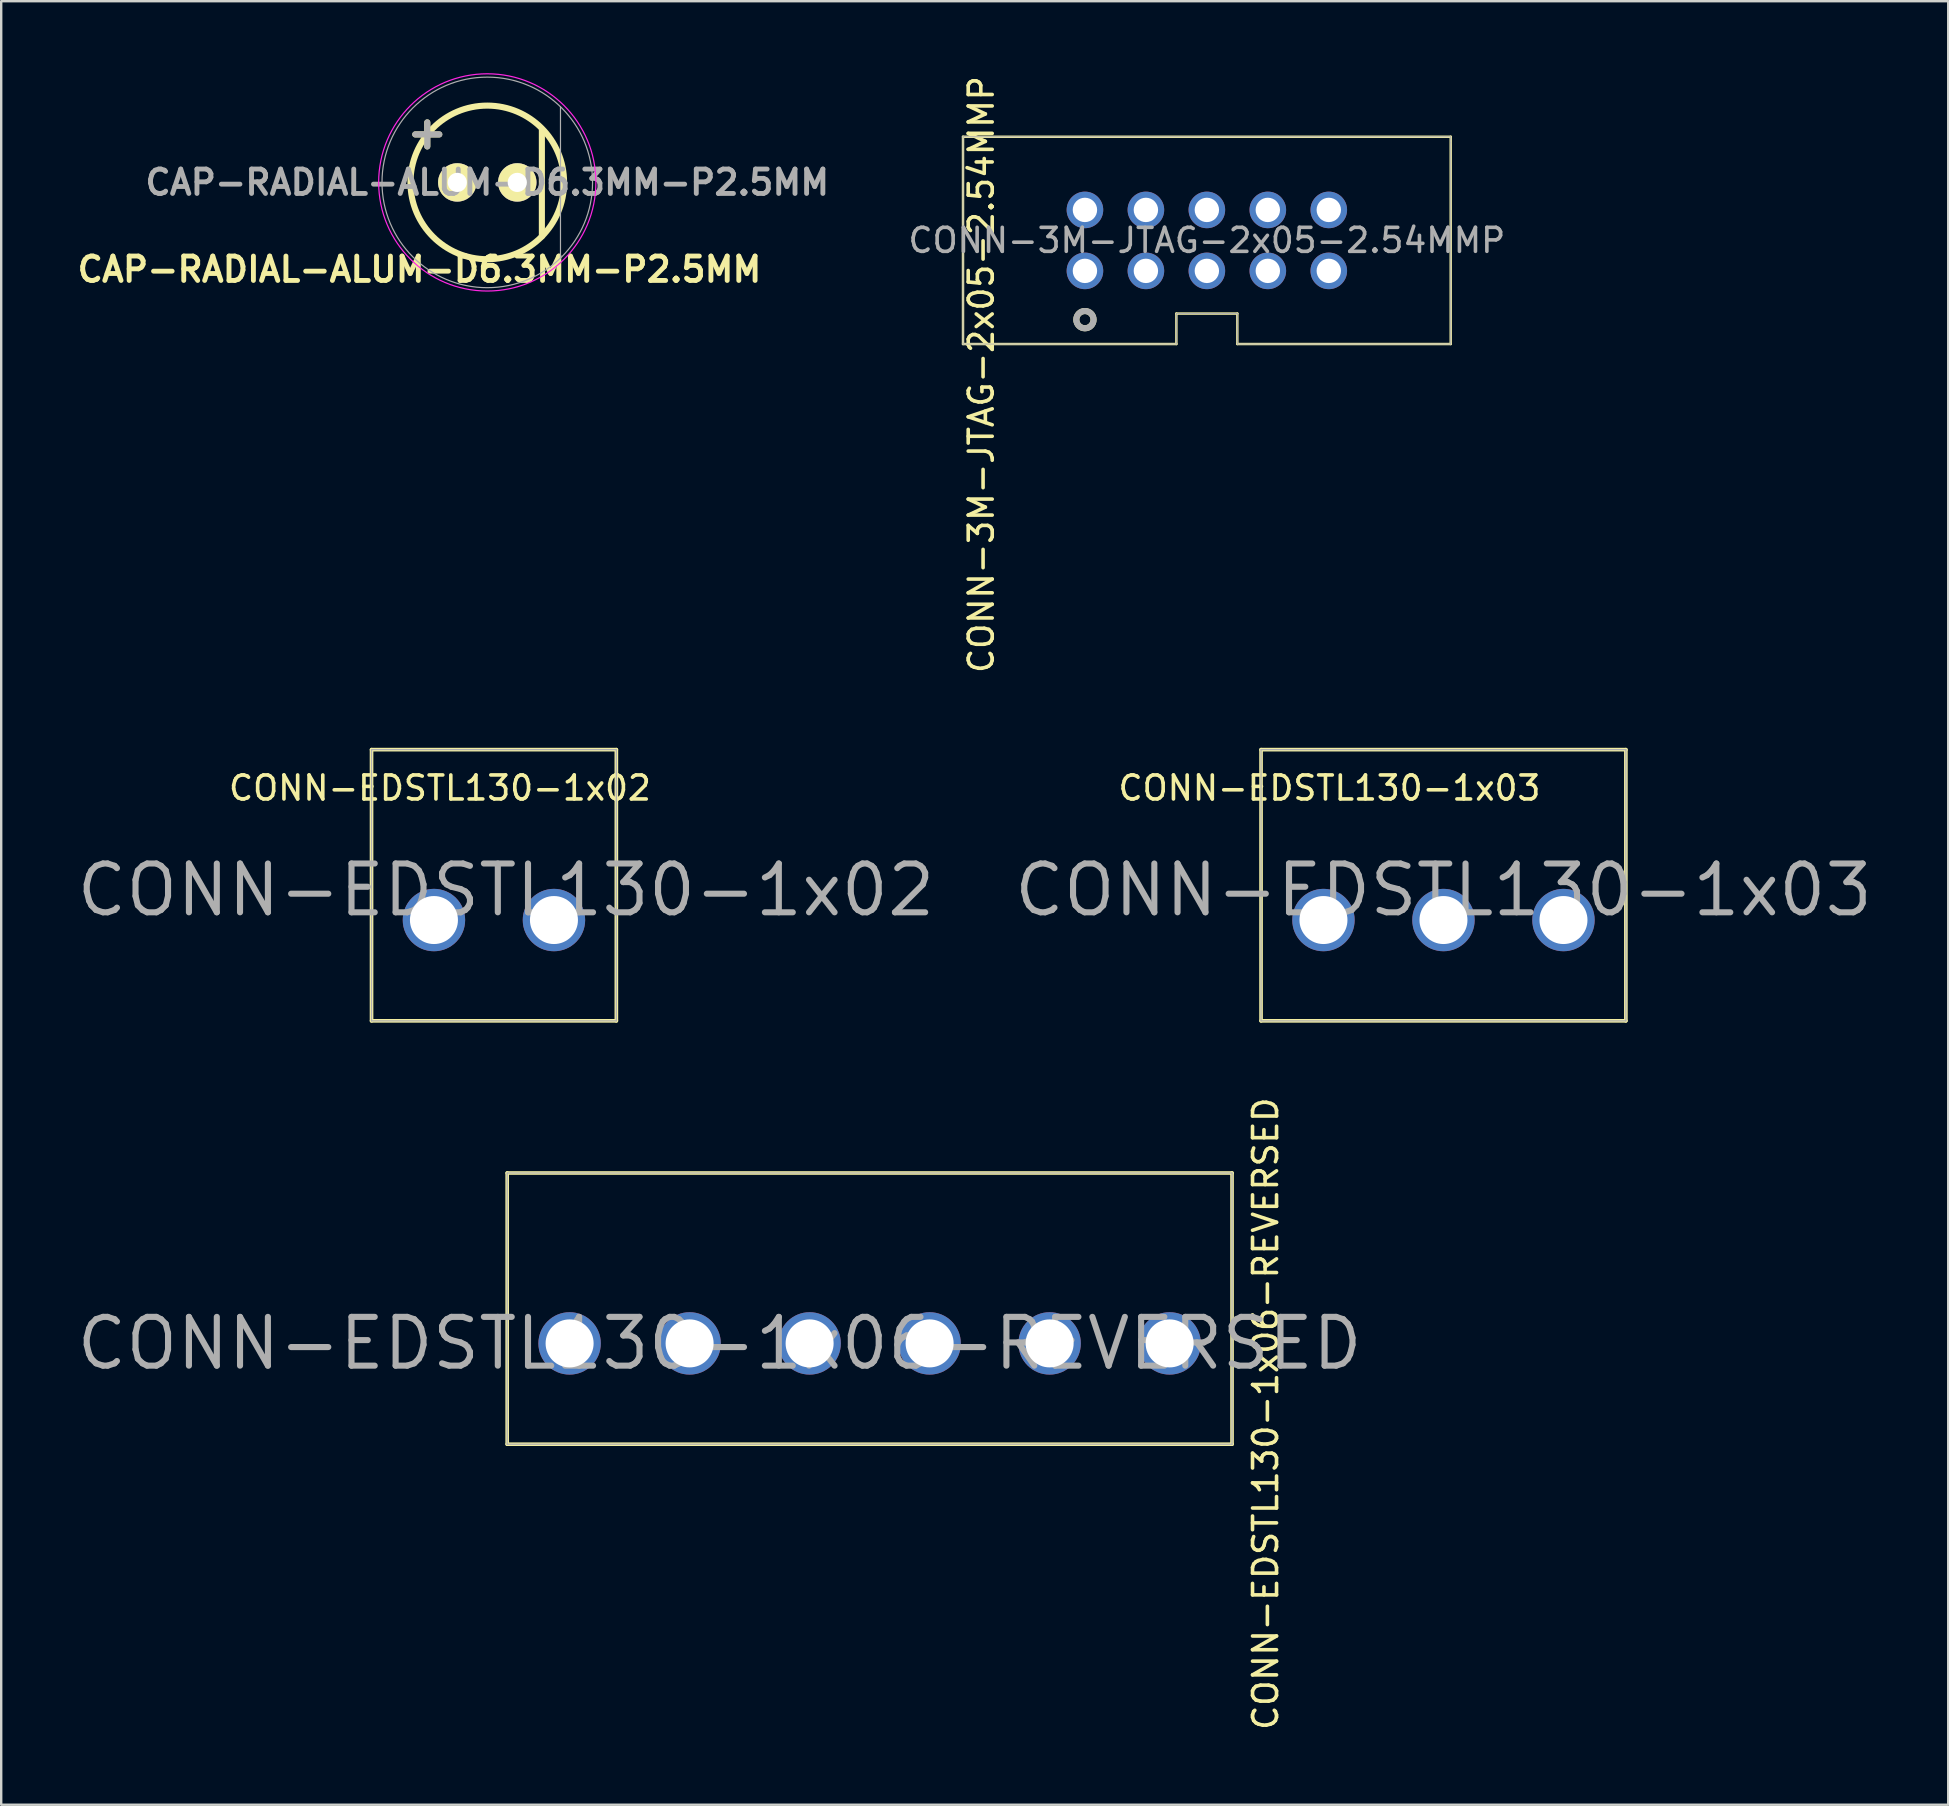
<source format=kicad_pcb>
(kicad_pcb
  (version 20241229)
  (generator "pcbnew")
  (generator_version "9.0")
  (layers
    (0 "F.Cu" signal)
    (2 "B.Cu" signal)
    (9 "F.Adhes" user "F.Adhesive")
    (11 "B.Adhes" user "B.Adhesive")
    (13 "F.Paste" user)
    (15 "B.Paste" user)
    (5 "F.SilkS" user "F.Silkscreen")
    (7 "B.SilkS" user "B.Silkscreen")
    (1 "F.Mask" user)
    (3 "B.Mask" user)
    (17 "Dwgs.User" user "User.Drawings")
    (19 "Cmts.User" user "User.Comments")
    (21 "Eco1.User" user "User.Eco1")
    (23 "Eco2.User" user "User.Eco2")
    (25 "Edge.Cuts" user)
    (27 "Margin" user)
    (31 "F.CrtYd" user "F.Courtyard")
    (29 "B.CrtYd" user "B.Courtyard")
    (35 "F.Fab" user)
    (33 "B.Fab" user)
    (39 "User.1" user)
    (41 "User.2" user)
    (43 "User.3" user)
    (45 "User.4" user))
  (footprint "CONN-EDSTL130-1x03"
    (layer "F.Cu")
    (at 52.091 35.283)
    (property "Reference" "CONN-EDSTL130-1x03" (at 5 -1.25 0) (layer "F.Fab") (effects (font (size 2.032 2.032) (thickness 0.254))))
    (attr through_hole)
    (fp_line (start -2.6 -7.1) (end -2.6 4.2) (stroke (width 0.152) (type solid)) (layer "F.SilkS"))
    (fp_line (start -2.6 4.2) (end 12.6 4.2) (stroke (width 0.152) (type solid)) (layer "F.SilkS"))
    (fp_line (start 12.6 -7.1) (end -2.6 -7.1) (stroke (width 0.152) (type solid)) (layer "F.SilkS"))
    (fp_line (start 12.6 -7.1) (end 12.6 4.2) (stroke (width 0.152) (type solid)) (layer "F.SilkS"))
    (fp_line (start -2.6 -7.1) (end -2.6 4.2) (stroke (width 0.051) (type solid)) (layer "F.Fab"))
    (fp_line (start -2.6 4.2) (end 12.6 4.2) (stroke (width 0.051) (type solid)) (layer "F.Fab"))
    (fp_line (start 12.6 -7.1) (end -2.6 -7.1) (stroke (width 0.051) (type solid)) (layer "F.Fab"))
    (fp_line (start 12.6 -7.1) (end 12.6 4.2) (stroke (width 0.051) (type solid)) (layer "F.Fab"))
    (fp_text user "${REFERENCE}" (at 0.25 -5.5 0) (layer "F.SilkS") (effects (font (size 1 1) (thickness 0.15))))
    (pad "1" thru_hole circle (at 0 0) (size 2.6 2.6) (drill 2) (layers "*.Cu" "*.Mask"))
    (pad "2" thru_hole circle (at 5 0) (size 2.6 2.6) (drill 2) (layers "*.Cu" "*.Mask"))
    (pad "3" thru_hole circle (at 10 0) (size 2.6 2.6) (drill 2) (layers "*.Cu" "*.Mask")))
  (footprint "CONN-EDSTL130-1x02"
    (layer "F.Cu")
    (at 15.03 35.283)
    (property "Reference" "CONN-EDSTL130-1x02" (at 3 -1.25 0) (layer "F.Fab") (effects (font (size 2.032 2.032) (thickness 0.254))))
    (attr through_hole)
    (fp_line (start -2.6 -7.1) (end -2.6 4.2) (stroke (width 0.152) (type solid)) (layer "F.SilkS"))
    (fp_line (start -2.6 4.2) (end 7.6 4.2) (stroke (width 0.152) (type solid)) (layer "F.SilkS"))
    (fp_line (start 7.6 -7.1) (end -2.6 -7.1) (stroke (width 0.152) (type solid)) (layer "F.SilkS"))
    (fp_line (start 7.6 -7.1) (end 7.6 4.2) (stroke (width 0.152) (type solid)) (layer "F.SilkS"))
    (fp_line (start -2.6 -7.1) (end -2.6 4.2) (stroke (width 0.051) (type solid)) (layer "F.Fab"))
    (fp_line (start -2.6 4.2) (end 7.6 4.2) (stroke (width 0.051) (type solid)) (layer "F.Fab"))
    (fp_line (start 7.6 -7.1) (end -2.6 -7.1) (stroke (width 0.051) (type solid)) (layer "F.Fab"))
    (fp_line (start 7.6 -7.1) (end 7.6 4.2) (stroke (width 0.051) (type solid)) (layer "F.Fab"))
    (fp_text user "${REFERENCE}" (at 0.25 -5.5 0) (layer "F.SilkS") (effects (font (size 1 1) (thickness 0.15))))
    (pad "1" thru_hole circle (at 0 0) (size 2.6 2.6) (drill 2) (layers "*.Cu" "*.Mask"))
    (pad "2" thru_hole circle (at 5 0) (size 2.6 2.6) (drill 2) (layers "*.Cu" "*.Mask")))
  (footprint "CONN-EDSTL130-1x06-REVERSED"
    (layer "F.Cu")
    (at 20.682 52.922)
    (property "Reference" "CONN-EDSTL130-1x06-REVERSED" (at 6.25 0 0) (layer "F.Fab") (effects (font (size 2.032 2.032) (thickness 0.254))))
    (attr through_hole)
    (fp_line (start -2.6 -7.1) (end -2.6 4.2) (stroke (width 0.152) (type solid)) (layer "F.SilkS"))
    (fp_line (start -2.6 4.2) (end 27.6 4.2) (stroke (width 0.152) (type solid)) (layer "F.SilkS"))
    (fp_line (start 27.6 -7.1) (end -2.6 -7.1) (stroke (width 0.152) (type solid)) (layer "F.SilkS"))
    (fp_line (start 27.6 -7.1) (end 27.6 4.2) (stroke (width 0.152) (type solid)) (layer "F.SilkS"))
    (fp_line (start -2.6 -7.1) (end -2.6 4.2) (stroke (width 0.051) (type solid)) (layer "F.Fab"))
    (fp_line (start -2.6 4.2) (end 27.6 4.2) (stroke (width 0.051) (type solid)) (layer "F.Fab"))
    (fp_line (start 27.6 -7.1) (end -2.6 -7.1) (stroke (width 0.051) (type solid)) (layer "F.Fab"))
    (fp_line (start 27.6 -7.1) (end 27.6 4.2) (stroke (width 0.051) (type solid)) (layer "F.Fab"))
    (fp_text user "${REFERENCE}" (at 28.999 2.929 270) (layer "F.SilkS") (effects (font (size 1 1) (thickness 0.15))))
    (pad "1" thru_hole circle (at 25 0) (size 2.6 2.6) (drill 2) (layers "*.Cu" "*.Mask"))
    (pad "2" thru_hole circle (at 20 0) (size 2.6 2.6) (drill 2) (layers "*.Cu" "*.Mask"))
    (pad "3" thru_hole circle (at 15 0) (size 2.6 2.6) (drill 2) (layers "*.Cu" "*.Mask"))
    (pad "4" thru_hole circle (at 10 0) (size 2.6 2.6) (drill 2) (layers "*.Cu" "*.Mask"))
    (pad "5" thru_hole circle (at 5 0) (size 2.6 2.6) (drill 2) (layers "*.Cu" "*.Mask"))
    (pad "6" thru_hole circle (at 0 0) (size 2.6 2.6) (drill 2) (layers "*.Cu" "*.Mask")))
  (footprint "CONN-3M-JTAG-2x05-2.54MMP"
    (layer "F.Cu")
    (at 47.233 6.966)
    (property "Reference" "CONN-3M-JTAG-2x05-2.54MMP" (at 0 0 0) (layer "F.Fab") (effects (font (size 1 1) (thickness 0.15))))
    (attr through_hole)
    (fp_line (start -10.16 4.318) (end -10.16 -4.318) (stroke (width 0.102) (type solid)) (layer "F.SilkS"))
    (fp_line (start -10.16 4.318) (end -1.27 4.318) (stroke (width 0.102) (type solid)) (layer "F.SilkS"))
    (fp_line (start -1.27 3.048) (end 1.27 3.048) (stroke (width 0.102) (type solid)) (layer "F.SilkS"))
    (fp_line (start -1.27 4.318) (end -1.27 3.048) (stroke (width 0.102) (type solid)) (layer "F.SilkS"))
    (fp_line (start 1.27 3.048) (end 1.27 4.318) (stroke (width 0.102) (type solid)) (layer "F.SilkS"))
    (fp_line (start 1.27 4.318) (end 10.16 4.318) (stroke (width 0.102) (type solid)) (layer "F.SilkS"))
    (fp_line (start 10.16 -4.318) (end -10.16 -4.318) (stroke (width 0.102) (type solid)) (layer "F.SilkS"))
    (fp_line (start 10.16 4.318) (end 10.16 -4.318) (stroke (width 0.102) (type solid)) (layer "F.SilkS"))
    (fp_circle (center -5.08 3.302) (end -4.826 3.556) (stroke (width 0.254) (type solid)) (fill no) (layer "F.SilkS"))
    (fp_line (start -10.16 -4.318) (end -10.16 4.318) (stroke (width 0.041) (type solid)) (layer "F.Fab"))
    (fp_line (start -10.16 4.318) (end -1.27 4.318) (stroke (width 0.041) (type solid)) (layer "F.Fab"))
    (fp_line (start -1.27 3.048) (end 1.27 3.048) (stroke (width 0.041) (type solid)) (layer "F.Fab"))
    (fp_line (start -1.27 4.318) (end -1.27 3.048) (stroke (width 0.041) (type solid)) (layer "F.Fab"))
    (fp_line (start 1.27 3.048) (end 1.27 4.318) (stroke (width 0.041) (type solid)) (layer "F.Fab"))
    (fp_line (start 1.27 4.318) (end 10.16 4.318) (stroke (width 0.041) (type solid)) (layer "F.Fab"))
    (fp_line (start 10.16 -4.318) (end -10.16 -4.318) (stroke (width 0.041) (type solid)) (layer "F.Fab"))
    (fp_line (start 10.16 -4.064) (end 10.16 -4.318) (stroke (width 0.041) (type solid)) (layer "F.Fab"))
    (fp_line (start 10.16 4.318) (end 10.16 -4.064) (stroke (width 0.041) (type solid)) (layer "F.Fab"))
    (fp_circle (center -5.08 3.302) (end -4.826 3.556) (stroke (width 0.254) (type solid)) (fill no) (layer "F.Fab"))
    (fp_text user "${REFERENCE}" (at -9.398 5.588 90) (layer "F.SilkS") (effects (font (size 1 1) (thickness 0.15))))
    (pad "1" thru_hole circle (at -5.08 1.27) (size 1.524 1.524) (drill 1.016) (layers "*.Cu" "*.Mask"))
    (pad "2" thru_hole circle (at -5.08 -1.27) (size 1.524 1.524) (drill 1.016) (layers "*.Cu" "*.Mask"))
    (pad "3" thru_hole circle (at -2.54 1.27) (size 1.524 1.524) (drill 1.016) (layers "*.Cu" "*.Mask"))
    (pad "4" thru_hole circle (at -2.54 -1.27) (size 1.524 1.524) (drill 1.016) (layers "*.Cu" "*.Mask"))
    (pad "5" thru_hole circle (at 0 1.27) (size 1.524 1.524) (drill 1.016) (layers "*.Cu" "*.Mask"))
    (pad "6" thru_hole circle (at 0 -1.27) (size 1.524 1.524) (drill 1.016) (layers "*.Cu" "*.Mask"))
    (pad "7" thru_hole circle (at 2.54 1.27) (size 1.524 1.524) (drill 1.016) (layers "*.Cu" "*.Mask"))
    (pad "8" thru_hole circle (at 2.54 -1.27) (size 1.524 1.524) (drill 1.016) (layers "*.Cu" "*.Mask"))
    (pad "9" thru_hole circle (at 5.08 1.27) (size 1.524 1.524) (drill 1.016) (layers "*.Cu" "*.Mask"))
    (pad "10" thru_hole circle (at 5.08 -1.27) (size 1.524 1.524) (drill 1.016) (layers "*.Cu" "*.Mask")))
  (footprint "CAP-RADIAL-ALUM-D6.3MM-P2.5MM"
    (layer "F.Cu")
    (at 17.252 4.55)
    (property "Reference" "CAP-RADIAL-ALUM-D6.3MM-P2.5MM" (at 0 0 0) (layer "F.Fab") (effects (font (size 1.016 1.016) (thickness 0.203))))
    (attr through_hole)
    (fp_line (start -3 -2) (end -2 -2) (stroke (width 0.254) (type solid)) (layer "F.SilkS"))
    (fp_line (start -2.5 -1.5) (end -2.5 -2.5) (stroke (width 0.254) (type solid)) (layer "F.SilkS"))
    (fp_line (start 2.275 -2.2) (end 2.275 2.25) (stroke (width 0.254) (type solid)) (layer "F.SilkS"))
    (fp_circle (center 0 0) (end 3.2 0) (stroke (width 0.254) (type solid)) (fill no) (layer "F.SilkS"))
    (fp_circle (center 0 0) (end 3.2 3.2) (stroke (width 0.05) (type solid)) (fill no) (layer "F.CrtYd"))
    (fp_line (start -3 -2) (end -2 -2) (stroke (width 0.254) (type solid)) (layer "F.Fab"))
    (fp_line (start -2.5 -1.5) (end -2.5 -2.5) (stroke (width 0.254) (type solid)) (layer "F.Fab"))
    (fp_line (start 3.05 -3.15) (end 3.05 3.15) (stroke (width 0.05) (type solid)) (layer "F.Fab"))
    (fp_circle (center 0 0) (end 3.2 3) (stroke (width 0.05) (type solid)) (fill no) (layer "F.Fab"))
    (fp_text user "${REFERENCE}" (at -2.825 3.625 0) (layer "F.SilkS") (effects (font (size 1.016 1.016) (thickness 0.203))))
    (pad "1" thru_hole circle (at -1.25 0) (size 1.6 1.6) (drill 0.8) (layers "*.Cu" "*.Mask" "F.SilkS"))
    (pad "2" thru_hole circle (at 1.25 0) (size 1.6 1.6) (drill 0.8) (layers "*.Cu" "*.Mask" "F.SilkS")))
  (gr_rect
    (start -3 -3)
    (end 78.121 72.143)
    (stroke (width 0.1) (type default))
    (fill no)
    (layer "Edge.Cuts")))
</source>
